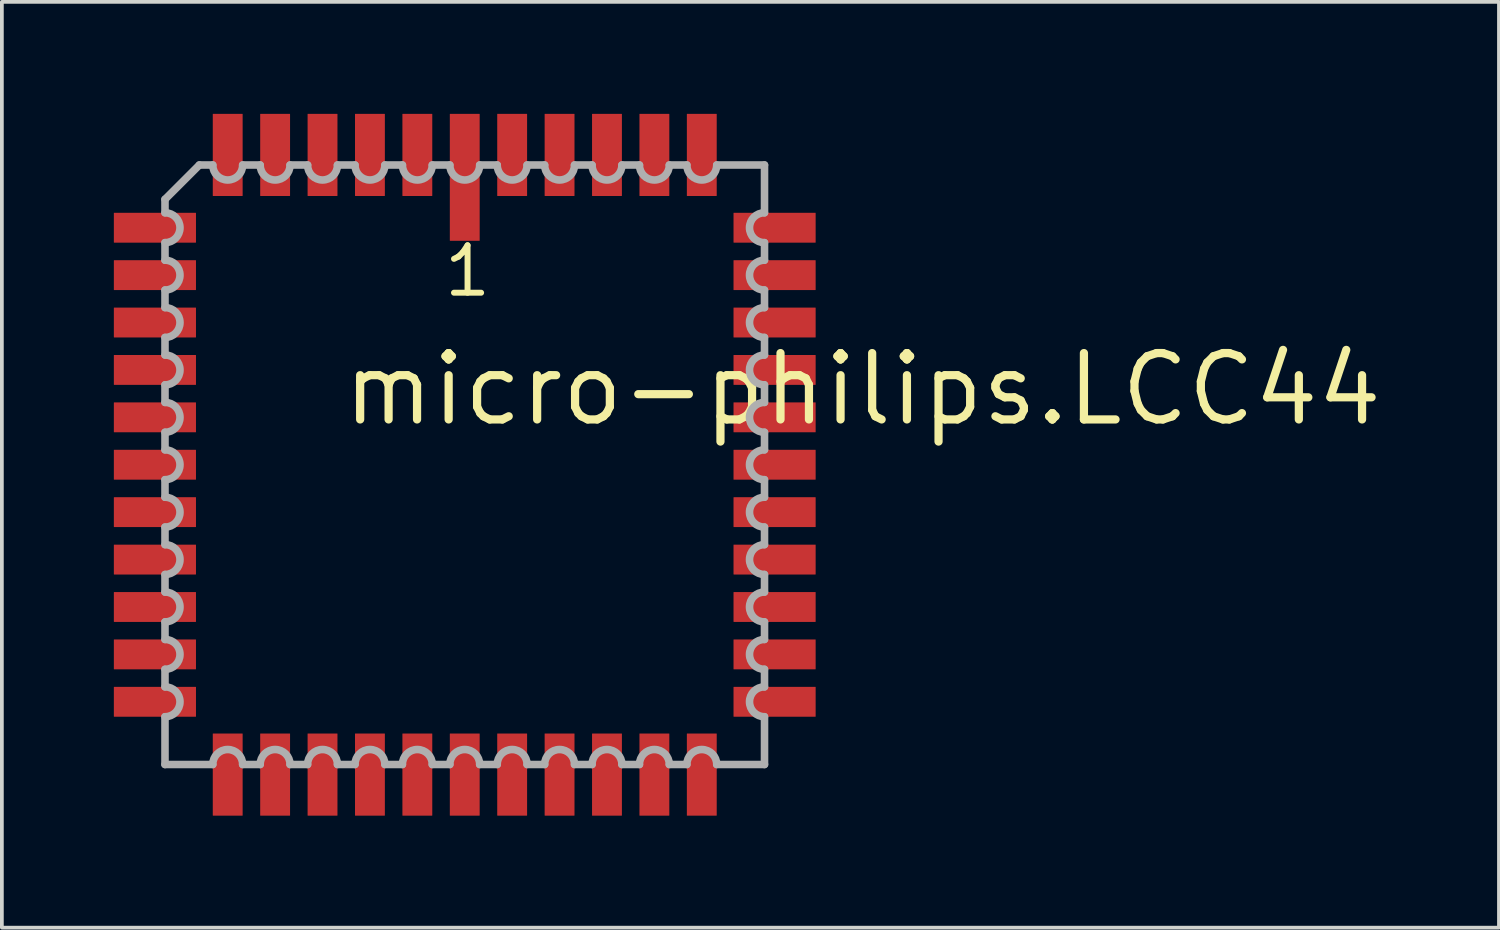
<source format=kicad_pcb>
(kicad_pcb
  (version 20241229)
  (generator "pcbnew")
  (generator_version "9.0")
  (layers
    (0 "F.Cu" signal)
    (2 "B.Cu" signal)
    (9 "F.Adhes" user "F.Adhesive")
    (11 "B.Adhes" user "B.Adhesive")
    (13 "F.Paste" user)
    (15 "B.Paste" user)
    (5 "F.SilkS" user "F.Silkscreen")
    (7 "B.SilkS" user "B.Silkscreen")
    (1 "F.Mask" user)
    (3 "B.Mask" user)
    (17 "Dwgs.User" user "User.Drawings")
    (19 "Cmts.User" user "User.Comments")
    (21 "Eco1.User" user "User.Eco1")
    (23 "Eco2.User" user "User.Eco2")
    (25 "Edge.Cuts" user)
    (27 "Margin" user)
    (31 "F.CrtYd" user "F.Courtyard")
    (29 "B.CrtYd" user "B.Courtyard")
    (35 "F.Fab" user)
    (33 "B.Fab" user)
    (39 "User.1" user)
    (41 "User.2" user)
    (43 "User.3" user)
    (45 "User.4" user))
  (footprint "micro-philips.LCC44"
    (layer "F.Cu")
    (at 9.4 9.4)
    (property "Reference" "micro-philips.LCC44" (at -3.37 -0.985 0) (layer "F.SilkS") (effects (font (size 1.778 1.778) (thickness 0.22)) (justify left bottom)))
    (attr smd)
    (fp_line (start -8.03 -7.11) (end -8.03 -6.75) (stroke (width 0.203) (type default)) (layer "F.Fab"))
    (fp_line (start -8.03 -5.95) (end -8.03 -5.48) (stroke (width 0.203) (type default)) (layer "F.Fab"))
    (fp_line (start -8.03 -4.68) (end -8.03 -4.21) (stroke (width 0.203) (type default)) (layer "F.Fab"))
    (fp_line (start -8.03 -3.41) (end -8.03 -2.94) (stroke (width 0.203) (type default)) (layer "F.Fab"))
    (fp_line (start -8.03 -2.14) (end -8.03 -1.67) (stroke (width 0.203) (type default)) (layer "F.Fab"))
    (fp_line (start -8.03 -0.87) (end -8.03 -0.4) (stroke (width 0.203) (type default)) (layer "F.Fab"))
    (fp_line (start -8.03 0.4) (end -8.03 0.87) (stroke (width 0.203) (type default)) (layer "F.Fab"))
    (fp_line (start -8.03 1.67) (end -8.03 2.14) (stroke (width 0.203) (type default)) (layer "F.Fab"))
    (fp_line (start -8.03 2.94) (end -8.03 3.41) (stroke (width 0.203) (type default)) (layer "F.Fab"))
    (fp_line (start -8.03 4.21) (end -8.03 4.68) (stroke (width 0.203) (type default)) (layer "F.Fab"))
    (fp_line (start -8.03 5.48) (end -8.03 5.95) (stroke (width 0.203) (type default)) (layer "F.Fab"))
    (fp_line (start -8.03 6.75) (end -8.03 8.03) (stroke (width 0.203) (type default)) (layer "F.Fab"))
    (fp_line (start -8.03 8.03) (end -6.75 8.03) (stroke (width 0.203) (type default)) (layer "F.Fab"))
    (fp_line (start -7.11 -8.03) (end -8.03 -7.11) (stroke (width 0.203) (type default)) (layer "F.Fab"))
    (fp_line (start -6.75 -8.03) (end -7.11 -8.03) (stroke (width 0.203) (type default)) (layer "F.Fab"))
    (fp_line (start -5.95 8.03) (end -5.48 8.03) (stroke (width 0.203) (type default)) (layer "F.Fab"))
    (fp_line (start -5.48 -8.03) (end -5.95 -8.03) (stroke (width 0.203) (type default)) (layer "F.Fab"))
    (fp_line (start -4.68 8.03) (end -4.21 8.03) (stroke (width 0.203) (type default)) (layer "F.Fab"))
    (fp_line (start -4.21 -8.03) (end -4.68 -8.03) (stroke (width 0.203) (type default)) (layer "F.Fab"))
    (fp_line (start -3.41 8.03) (end -2.94 8.03) (stroke (width 0.203) (type default)) (layer "F.Fab"))
    (fp_line (start -2.94 -8.03) (end -3.41 -8.03) (stroke (width 0.203) (type default)) (layer "F.Fab"))
    (fp_line (start -2.14 8.03) (end -1.67 8.03) (stroke (width 0.203) (type default)) (layer "F.Fab"))
    (fp_line (start -1.67 -8.03) (end -2.14 -8.03) (stroke (width 0.203) (type default)) (layer "F.Fab"))
    (fp_line (start -0.87 8.03) (end -0.4 8.03) (stroke (width 0.203) (type default)) (layer "F.Fab"))
    (fp_line (start -0.4 -8.03) (end -0.87 -8.03) (stroke (width 0.203) (type default)) (layer "F.Fab"))
    (fp_line (start 0.4 8.03) (end 0.87 8.03) (stroke (width 0.203) (type default)) (layer "F.Fab"))
    (fp_line (start 0.87 -8.03) (end 0.4 -8.03) (stroke (width 0.203) (type default)) (layer "F.Fab"))
    (fp_line (start 1.67 8.03) (end 2.14 8.03) (stroke (width 0.203) (type default)) (layer "F.Fab"))
    (fp_line (start 2.14 -8.03) (end 1.67 -8.03) (stroke (width 0.203) (type default)) (layer "F.Fab"))
    (fp_line (start 2.94 8.03) (end 3.41 8.03) (stroke (width 0.203) (type default)) (layer "F.Fab"))
    (fp_line (start 3.41 -8.03) (end 2.94 -8.03) (stroke (width 0.203) (type default)) (layer "F.Fab"))
    (fp_line (start 4.21 8.03) (end 4.68 8.03) (stroke (width 0.203) (type default)) (layer "F.Fab"))
    (fp_line (start 4.68 -8.03) (end 4.21 -8.03) (stroke (width 0.203) (type default)) (layer "F.Fab"))
    (fp_line (start 5.48 8.03) (end 5.95 8.03) (stroke (width 0.203) (type default)) (layer "F.Fab"))
    (fp_line (start 5.95 -8.03) (end 5.48 -8.03) (stroke (width 0.203) (type default)) (layer "F.Fab"))
    (fp_line (start 6.75 8.03) (end 8.03 8.03) (stroke (width 0.203) (type default)) (layer "F.Fab"))
    (fp_line (start 8.03 -8.03) (end 6.75 -8.03) (stroke (width 0.203) (type default)) (layer "F.Fab"))
    (fp_line (start 8.03 -6.75) (end 8.03 -8.03) (stroke (width 0.203) (type default)) (layer "F.Fab"))
    (fp_line (start 8.03 -5.48) (end 8.03 -5.95) (stroke (width 0.203) (type default)) (layer "F.Fab"))
    (fp_line (start 8.03 -4.21) (end 8.03 -4.68) (stroke (width 0.203) (type default)) (layer "F.Fab"))
    (fp_line (start 8.03 -2.94) (end 8.03 -3.41) (stroke (width 0.203) (type default)) (layer "F.Fab"))
    (fp_line (start 8.03 -1.67) (end 8.03 -2.14) (stroke (width 0.203) (type default)) (layer "F.Fab"))
    (fp_line (start 8.03 -0.4) (end 8.03 -0.87) (stroke (width 0.203) (type default)) (layer "F.Fab"))
    (fp_line (start 8.03 0.87) (end 8.03 0.4) (stroke (width 0.203) (type default)) (layer "F.Fab"))
    (fp_line (start 8.03 2.14) (end 8.03 1.67) (stroke (width 0.203) (type default)) (layer "F.Fab"))
    (fp_line (start 8.03 3.41) (end 8.03 2.94) (stroke (width 0.203) (type default)) (layer "F.Fab"))
    (fp_line (start 8.03 4.68) (end 8.03 4.21) (stroke (width 0.203) (type default)) (layer "F.Fab"))
    (fp_line (start 8.03 5.95) (end 8.03 5.48) (stroke (width 0.203) (type default)) (layer "F.Fab"))
    (fp_line (start 8.03 8.03) (end 8.03 6.75) (stroke (width 0.203) (type default)) (layer "F.Fab"))
    (fp_arc (start -8.0284 -6.75) (mid -7.6284 -6.35) (end -8.0284 -5.95) (stroke (width 0.2032) (type default)) (layer "F.Fab"))
    (fp_arc (start -8.0284 -5.48) (mid -7.6284 -5.08) (end -8.0284 -4.68) (stroke (width 0.2032) (type default)) (layer "F.Fab"))
    (fp_arc (start -8.0284 -4.21) (mid -7.6284 -3.81) (end -8.0284 -3.41) (stroke (width 0.2032) (type default)) (layer "F.Fab"))
    (fp_arc (start -8.0284 -2.94) (mid -7.6284 -2.54) (end -8.0284 -2.14) (stroke (width 0.2032) (type default)) (layer "F.Fab"))
    (fp_arc (start -8.0284 -1.67) (mid -7.6284 -1.27) (end -8.0284 -0.87) (stroke (width 0.2032) (type default)) (layer "F.Fab"))
    (fp_arc (start -8.0284 -0.4001) (mid -7.6283 0) (end -8.0284 0.4001) (stroke (width 0.2032) (type default)) (layer "F.Fab"))
    (fp_arc (start -8.0284 0.8699) (mid -7.6283 1.27) (end -8.0284 1.6701) (stroke (width 0.2032) (type default)) (layer "F.Fab"))
    (fp_arc (start -8.0284 2.1399) (mid -7.6283 2.54) (end -8.0284 2.9401) (stroke (width 0.2032) (type default)) (layer "F.Fab"))
    (fp_arc (start -8.0284 3.4099) (mid -7.6283 3.81) (end -8.0284 4.2101) (stroke (width 0.2032) (type default)) (layer "F.Fab"))
    (fp_arc (start -8.0284 4.6799) (mid -7.6283 5.08) (end -8.0284 5.4801) (stroke (width 0.2032) (type default)) (layer "F.Fab"))
    (fp_arc (start -8.0284 5.9499) (mid -7.6283 6.35) (end -8.0284 6.7501) (stroke (width 0.2032) (type default)) (layer "F.Fab"))
    (fp_arc (start -6.7501 8.0284) (mid -6.35 7.6283) (end -5.9499 8.0284) (stroke (width 0.2032) (type default)) (layer "F.Fab"))
    (fp_arc (start -5.9499 -8.0284) (mid -6.35 -7.6283) (end -6.7501 -8.0284) (stroke (width 0.2032) (type default)) (layer "F.Fab"))
    (fp_arc (start -5.4801 8.0284) (mid -5.08 7.6283) (end -4.6799 8.0284) (stroke (width 0.2032) (type default)) (layer "F.Fab"))
    (fp_arc (start -4.6799 -8.0284) (mid -5.08 -7.6283) (end -5.4801 -8.0284) (stroke (width 0.2032) (type default)) (layer "F.Fab"))
    (fp_arc (start -4.2101 8.0284) (mid -3.81 7.6283) (end -3.4099 8.0284) (stroke (width 0.2032) (type default)) (layer "F.Fab"))
    (fp_arc (start -3.4099 -8.0284) (mid -3.81 -7.6283) (end -4.2101 -8.0284) (stroke (width 0.2032) (type default)) (layer "F.Fab"))
    (fp_arc (start -2.9401 8.0284) (mid -2.54 7.6283) (end -2.1399 8.0284) (stroke (width 0.2032) (type default)) (layer "F.Fab"))
    (fp_arc (start -2.1399 -8.0284) (mid -2.54 -7.6283) (end -2.9401 -8.0284) (stroke (width 0.2032) (type default)) (layer "F.Fab"))
    (fp_arc (start -1.6701 8.0284) (mid -1.27 7.6283) (end -0.8699 8.0284) (stroke (width 0.2032) (type default)) (layer "F.Fab"))
    (fp_arc (start -0.8699 -8.0284) (mid -1.27 -7.6283) (end -1.6701 -8.0284) (stroke (width 0.2032) (type default)) (layer "F.Fab"))
    (fp_arc (start -0.4001 8.0284) (mid 0 7.6283) (end 0.4001 8.0284) (stroke (width 0.2032) (type default)) (layer "F.Fab"))
    (fp_arc (start 0.4001 -8.0284) (mid 0 -7.6283) (end -0.4001 -8.0284) (stroke (width 0.2032) (type default)) (layer "F.Fab"))
    (fp_arc (start 0.87 8.0284) (mid 1.27 7.6284) (end 1.67 8.0284) (stroke (width 0.2032) (type default)) (layer "F.Fab"))
    (fp_arc (start 1.67 -8.0284) (mid 1.27 -7.6284) (end 0.87 -8.0284) (stroke (width 0.2032) (type default)) (layer "F.Fab"))
    (fp_arc (start 2.14 8.0284) (mid 2.54 7.6284) (end 2.94 8.0284) (stroke (width 0.2032) (type default)) (layer "F.Fab"))
    (fp_arc (start 2.94 -8.0284) (mid 2.54 -7.6284) (end 2.14 -8.0284) (stroke (width 0.2032) (type default)) (layer "F.Fab"))
    (fp_arc (start 3.41 8.0284) (mid 3.81 7.6284) (end 4.21 8.0284) (stroke (width 0.2032) (type default)) (layer "F.Fab"))
    (fp_arc (start 4.21 -8.0284) (mid 3.81 -7.6284) (end 3.41 -8.0284) (stroke (width 0.2032) (type default)) (layer "F.Fab"))
    (fp_arc (start 4.68 8.0284) (mid 5.08 7.6284) (end 5.48 8.0284) (stroke (width 0.2032) (type default)) (layer "F.Fab"))
    (fp_arc (start 5.48 -8.0284) (mid 5.08 -7.6284) (end 4.68 -8.0284) (stroke (width 0.2032) (type default)) (layer "F.Fab"))
    (fp_arc (start 5.95 8.0284) (mid 6.35 7.6284) (end 6.75 8.0284) (stroke (width 0.2032) (type default)) (layer "F.Fab"))
    (fp_arc (start 6.75 -8.0284) (mid 6.35 -7.6284) (end 5.95 -8.0284) (stroke (width 0.2032) (type default)) (layer "F.Fab"))
    (fp_arc (start 8.0284 -5.95) (mid 7.6284 -6.35) (end 8.0284 -6.75) (stroke (width 0.2032) (type default)) (layer "F.Fab"))
    (fp_arc (start 8.0284 -4.68) (mid 7.6284 -5.08) (end 8.0284 -5.48) (stroke (width 0.2032) (type default)) (layer "F.Fab"))
    (fp_arc (start 8.0284 -3.41) (mid 7.6284 -3.81) (end 8.0284 -4.21) (stroke (width 0.2032) (type default)) (layer "F.Fab"))
    (fp_arc (start 8.0284 -2.14) (mid 7.6284 -2.54) (end 8.0284 -2.94) (stroke (width 0.2032) (type default)) (layer "F.Fab"))
    (fp_arc (start 8.0284 -0.8699) (mid 7.6283 -1.27) (end 8.0284 -1.6701) (stroke (width 0.2032) (type default)) (layer "F.Fab"))
    (fp_arc (start 8.0284 0.4001) (mid 7.6283 0) (end 8.0284 -0.4001) (stroke (width 0.2032) (type default)) (layer "F.Fab"))
    (fp_arc (start 8.0284 1.67) (mid 7.6284 1.27) (end 8.0284 0.87) (stroke (width 0.2032) (type default)) (layer "F.Fab"))
    (fp_arc (start 8.0284 2.94) (mid 7.6284 2.54) (end 8.0284 2.14) (stroke (width 0.2032) (type default)) (layer "F.Fab"))
    (fp_arc (start 8.0284 4.21) (mid 7.6284 3.81) (end 8.0284 3.41) (stroke (width 0.2032) (type default)) (layer "F.Fab"))
    (fp_arc (start 8.0284 5.48) (mid 7.6284 5.08) (end 8.0284 4.68) (stroke (width 0.2032) (type default)) (layer "F.Fab"))
    (fp_arc (start 8.0284 6.75) (mid 7.6284 6.35) (end 8.0284 5.95) (stroke (width 0.2032) (type default)) (layer "F.Fab"))
    (fp_text user "1" (at -0.635 -4.445 0) (layer "F.SilkS") (effects (font (size 1.27 1.27) (thickness 0.16)) (justify left bottom)))
    (pad "1" smd roundrect (at 0 -7.7) (size 0.8 3.4) (layers "F.Cu" "F.Mask" "F.Paste") (roundrect_rratio 0.01))
    (pad "2" smd roundrect (at -1.27 -8.3) (size 0.8 2.2) (layers "F.Cu" "F.Mask" "F.Paste") (roundrect_rratio 0.01))
    (pad "3" smd roundrect (at -2.54 -8.3) (size 0.8 2.2) (layers "F.Cu" "F.Mask" "F.Paste") (roundrect_rratio 0.01))
    (pad "4" smd roundrect (at -3.81 -8.3) (size 0.8 2.2) (layers "F.Cu" "F.Mask" "F.Paste") (roundrect_rratio 0.01))
    (pad "5" smd roundrect (at -5.08 -8.3) (size 0.8 2.2) (layers "F.Cu" "F.Mask" "F.Paste") (roundrect_rratio 0.01))
    (pad "6" smd roundrect (at -6.35 -8.3) (size 0.8 2.2) (layers "F.Cu" "F.Mask" "F.Paste") (roundrect_rratio 0.01))
    (pad "7" smd roundrect (at -8.3 -6.35) (size 2.2 0.8) (layers "F.Cu" "F.Mask" "F.Paste") (roundrect_rratio 0.01))
    (pad "8" smd roundrect (at -8.3 -5.08) (size 2.2 0.8) (layers "F.Cu" "F.Mask" "F.Paste") (roundrect_rratio 0.01))
    (pad "9" smd roundrect (at -8.3 -3.81) (size 2.2 0.8) (layers "F.Cu" "F.Mask" "F.Paste") (roundrect_rratio 0.01))
    (pad "10" smd roundrect (at -8.3 -2.54) (size 2.2 0.8) (layers "F.Cu" "F.Mask" "F.Paste") (roundrect_rratio 0.01))
    (pad "11" smd roundrect (at -8.3 -1.27) (size 2.2 0.8) (layers "F.Cu" "F.Mask" "F.Paste") (roundrect_rratio 0.01))
    (pad "12" smd roundrect (at -8.3 0) (size 2.2 0.8) (layers "F.Cu" "F.Mask" "F.Paste") (roundrect_rratio 0.01))
    (pad "13" smd roundrect (at -8.3 1.27) (size 2.2 0.8) (layers "F.Cu" "F.Mask" "F.Paste") (roundrect_rratio 0.01))
    (pad "14" smd roundrect (at -8.3 2.54) (size 2.2 0.8) (layers "F.Cu" "F.Mask" "F.Paste") (roundrect_rratio 0.01))
    (pad "15" smd roundrect (at -8.3 3.81) (size 2.2 0.8) (layers "F.Cu" "F.Mask" "F.Paste") (roundrect_rratio 0.01))
    (pad "16" smd roundrect (at -8.3 5.08) (size 2.2 0.8) (layers "F.Cu" "F.Mask" "F.Paste") (roundrect_rratio 0.01))
    (pad "17" smd roundrect (at -8.3 6.35) (size 2.2 0.8) (layers "F.Cu" "F.Mask" "F.Paste") (roundrect_rratio 0.01))
    (pad "18" smd roundrect (at -6.35 8.3) (size 0.8 2.2) (layers "F.Cu" "F.Mask" "F.Paste") (roundrect_rratio 0.01))
    (pad "19" smd roundrect (at -5.08 8.3) (size 0.8 2.2) (layers "F.Cu" "F.Mask" "F.Paste") (roundrect_rratio 0.01))
    (pad "20" smd roundrect (at -3.81 8.3) (size 0.8 2.2) (layers "F.Cu" "F.Mask" "F.Paste") (roundrect_rratio 0.01))
    (pad "21" smd roundrect (at -2.54 8.3) (size 0.8 2.2) (layers "F.Cu" "F.Mask" "F.Paste") (roundrect_rratio 0.01))
    (pad "22" smd roundrect (at -1.27 8.3) (size 0.8 2.2) (layers "F.Cu" "F.Mask" "F.Paste") (roundrect_rratio 0.01))
    (pad "23" smd roundrect (at 0 8.3) (size 0.8 2.2) (layers "F.Cu" "F.Mask" "F.Paste") (roundrect_rratio 0.01))
    (pad "24" smd roundrect (at 1.27 8.3) (size 0.8 2.2) (layers "F.Cu" "F.Mask" "F.Paste") (roundrect_rratio 0.01))
    (pad "25" smd roundrect (at 2.54 8.3) (size 0.8 2.2) (layers "F.Cu" "F.Mask" "F.Paste") (roundrect_rratio 0.01))
    (pad "26" smd roundrect (at 3.81 8.3) (size 0.8 2.2) (layers "F.Cu" "F.Mask" "F.Paste") (roundrect_rratio 0.01))
    (pad "27" smd roundrect (at 5.08 8.3) (size 0.8 2.2) (layers "F.Cu" "F.Mask" "F.Paste") (roundrect_rratio 0.01))
    (pad "28" smd roundrect (at 6.35 8.3) (size 0.8 2.2) (layers "F.Cu" "F.Mask" "F.Paste") (roundrect_rratio 0.01))
    (pad "29" smd roundrect (at 8.3 6.35) (size 2.2 0.8) (layers "F.Cu" "F.Mask" "F.Paste") (roundrect_rratio 0.01))
    (pad "30" smd roundrect (at 8.3 5.08) (size 2.2 0.8) (layers "F.Cu" "F.Mask" "F.Paste") (roundrect_rratio 0.01))
    (pad "31" smd roundrect (at 8.3 3.81) (size 2.2 0.8) (layers "F.Cu" "F.Mask" "F.Paste") (roundrect_rratio 0.01))
    (pad "32" smd roundrect (at 8.3 2.54) (size 2.2 0.8) (layers "F.Cu" "F.Mask" "F.Paste") (roundrect_rratio 0.01))
    (pad "33" smd roundrect (at 8.3 1.27) (size 2.2 0.8) (layers "F.Cu" "F.Mask" "F.Paste") (roundrect_rratio 0.01))
    (pad "34" smd roundrect (at 8.3 0) (size 2.2 0.8) (layers "F.Cu" "F.Mask" "F.Paste") (roundrect_rratio 0.01))
    (pad "35" smd roundrect (at 8.3 -1.27) (size 2.2 0.8) (layers "F.Cu" "F.Mask" "F.Paste") (roundrect_rratio 0.01))
    (pad "36" smd roundrect (at 8.3 -2.54) (size 2.2 0.8) (layers "F.Cu" "F.Mask" "F.Paste") (roundrect_rratio 0.01))
    (pad "37" smd roundrect (at 8.3 -3.81) (size 2.2 0.8) (layers "F.Cu" "F.Mask" "F.Paste") (roundrect_rratio 0.01))
    (pad "38" smd roundrect (at 8.3 -5.08) (size 2.2 0.8) (layers "F.Cu" "F.Mask" "F.Paste") (roundrect_rratio 0.01))
    (pad "39" smd roundrect (at 8.3 -6.35) (size 2.2 0.8) (layers "F.Cu" "F.Mask" "F.Paste") (roundrect_rratio 0.01))
    (pad "40" smd roundrect (at 6.35 -8.3) (size 0.8 2.2) (layers "F.Cu" "F.Mask" "F.Paste") (roundrect_rratio 0.01))
    (pad "41" smd roundrect (at 5.08 -8.3) (size 0.8 2.2) (layers "F.Cu" "F.Mask" "F.Paste") (roundrect_rratio 0.01))
    (pad "42" smd roundrect (at 3.81 -8.3) (size 0.8 2.2) (layers "F.Cu" "F.Mask" "F.Paste") (roundrect_rratio 0.01))
    (pad "43" smd roundrect (at 2.54 -8.3) (size 0.8 2.2) (layers "F.Cu" "F.Mask" "F.Paste") (roundrect_rratio 0.01))
    (pad "44" smd roundrect (at 1.27 -8.3) (size 0.8 2.2) (layers "F.Cu" "F.Mask" "F.Paste") (roundrect_rratio 0.01)))
  (gr_rect
    (start -3 -3)
    (end 37.105 21.8)
    (stroke (width 0.1) (type default))
    (fill no)
    (layer "Edge.Cuts")))
</source>
